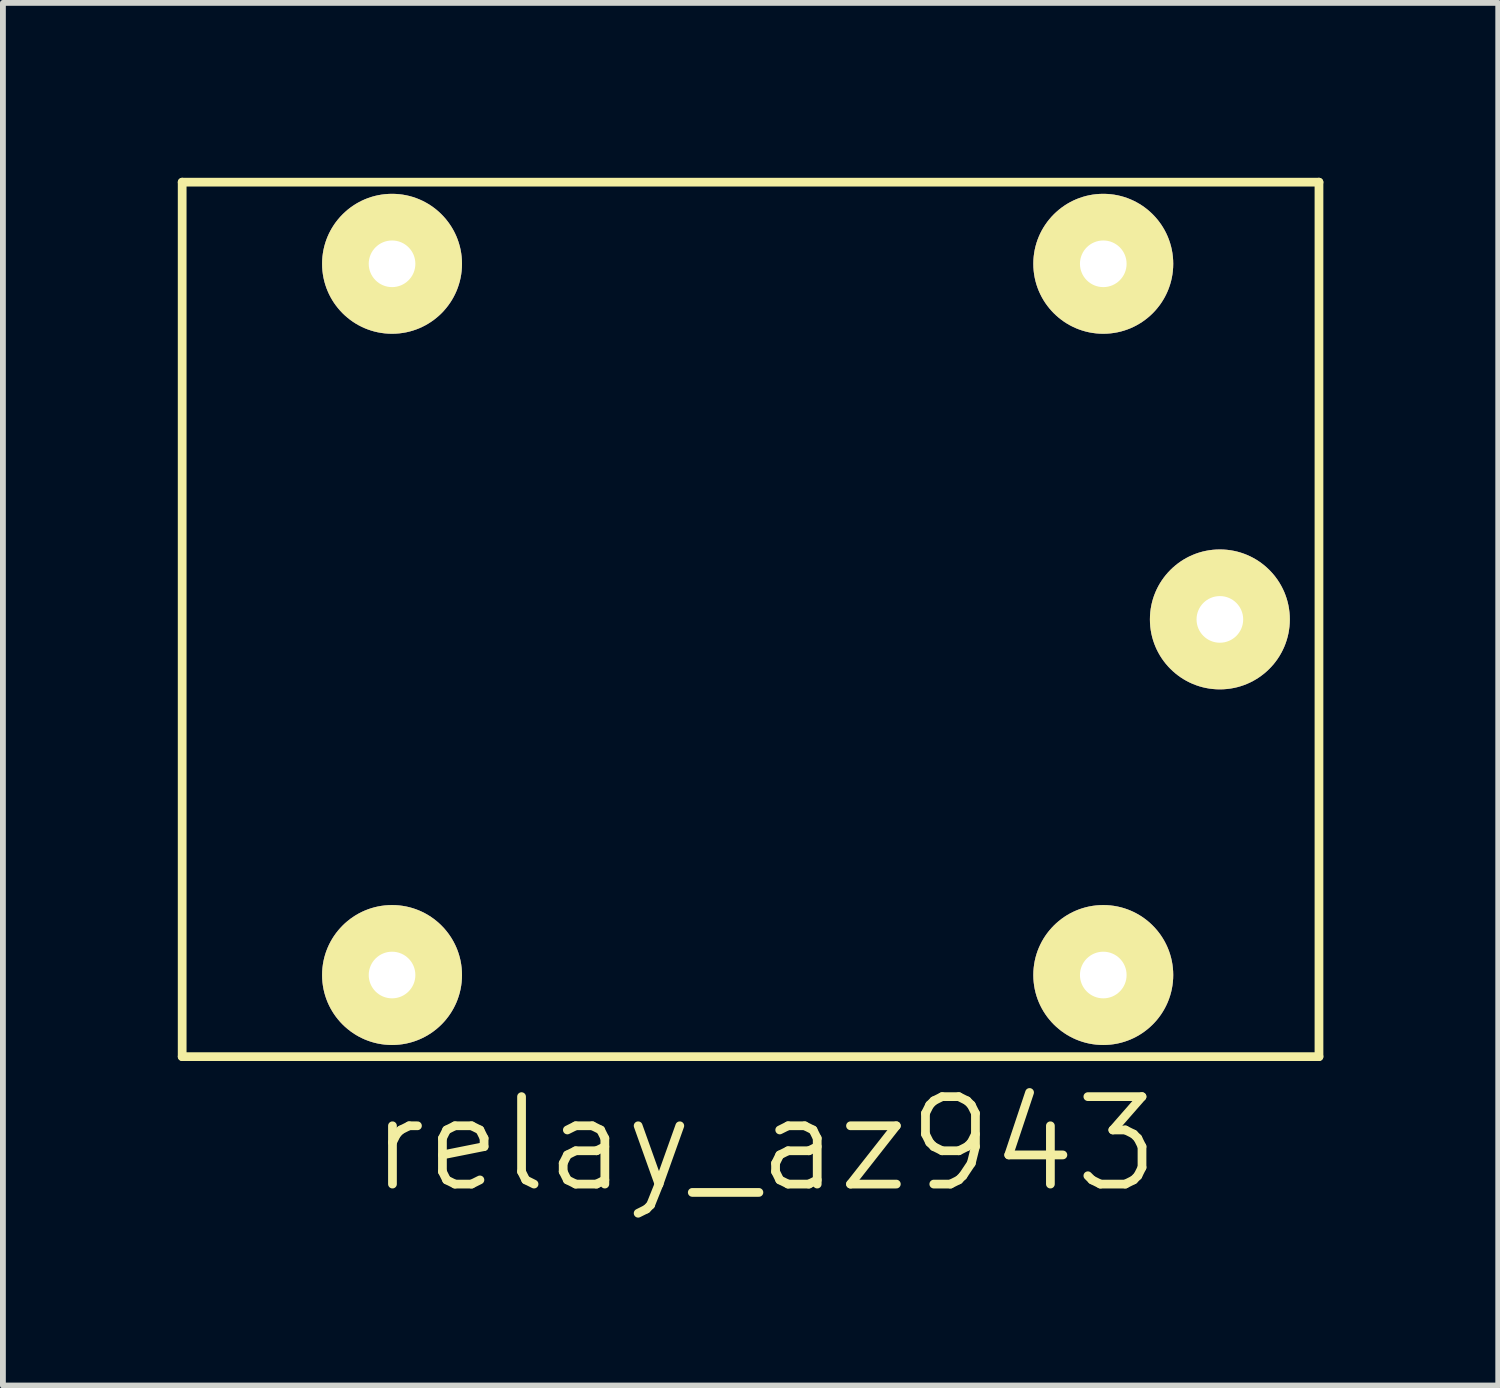
<source format=kicad_pcb>
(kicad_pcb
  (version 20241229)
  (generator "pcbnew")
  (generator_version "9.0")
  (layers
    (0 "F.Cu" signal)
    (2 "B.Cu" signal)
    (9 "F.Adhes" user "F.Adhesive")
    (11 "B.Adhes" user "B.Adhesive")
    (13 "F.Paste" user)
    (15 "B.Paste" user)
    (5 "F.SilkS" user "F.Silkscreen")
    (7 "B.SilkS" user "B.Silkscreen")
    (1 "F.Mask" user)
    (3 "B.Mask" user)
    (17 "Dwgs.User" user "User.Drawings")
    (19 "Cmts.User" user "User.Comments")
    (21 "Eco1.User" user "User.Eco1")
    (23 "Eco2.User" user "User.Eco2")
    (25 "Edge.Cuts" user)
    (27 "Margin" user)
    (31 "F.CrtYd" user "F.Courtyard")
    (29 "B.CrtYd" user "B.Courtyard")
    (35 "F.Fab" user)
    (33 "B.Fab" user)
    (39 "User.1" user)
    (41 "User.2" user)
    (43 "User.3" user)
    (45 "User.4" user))
  (footprint "relay_az943"
    (layer "F.Cu")
    (at 10.075 7.575)
    (property "Reference" "relay_az943" (at 0 9 0) (layer "F.SilkS") (effects (font (size 1.5 1.5) (thickness 0.15))))
    (attr through_hole)
    (fp_line (start -10 -7.5) (end 9.5 -7.5) (stroke (width 0.15) (type solid)) (layer "F.SilkS"))
    (fp_line (start -10 7.5) (end -10 -7.5) (stroke (width 0.15) (type solid)) (layer "F.SilkS"))
    (fp_line (start 9.5 -7.5) (end 9.5 7.5) (stroke (width 0.15) (type solid)) (layer "F.SilkS"))
    (fp_line (start 9.5 7.5) (end -10 7.5) (stroke (width 0.15) (type solid)) (layer "F.SilkS"))
    (pad "1" thru_hole circle (at 7.8 0) (size 2.4 2.4) (drill 0.8) (layers "*.Cu" "*.Mask" "F.SilkS"))
    (pad "2" thru_hole circle (at 5.8 -6.1) (size 2.4 2.4) (drill 0.8) (layers "*.Cu" "*.Mask" "F.SilkS"))
    (pad "3" thru_hole circle (at -6.4 -6.1) (size 2.4 2.4) (drill 0.8) (layers "*.Cu" "*.Mask" "F.SilkS"))
    (pad "4" thru_hole circle (at -6.4 6.1) (size 2.4 2.4) (drill 0.8) (layers "*.Cu" "*.Mask" "F.SilkS"))
    (pad "5" thru_hole circle (at 5.8 6.1) (size 2.4 2.4) (drill 0.8) (layers "*.Cu" "*.Mask" "F.SilkS")))
  (gr_rect
    (start -3 -3)
    (end 22.65 20.716)
    (stroke (width 0.1) (type default))
    (fill no)
    (layer "Edge.Cuts")))
</source>
